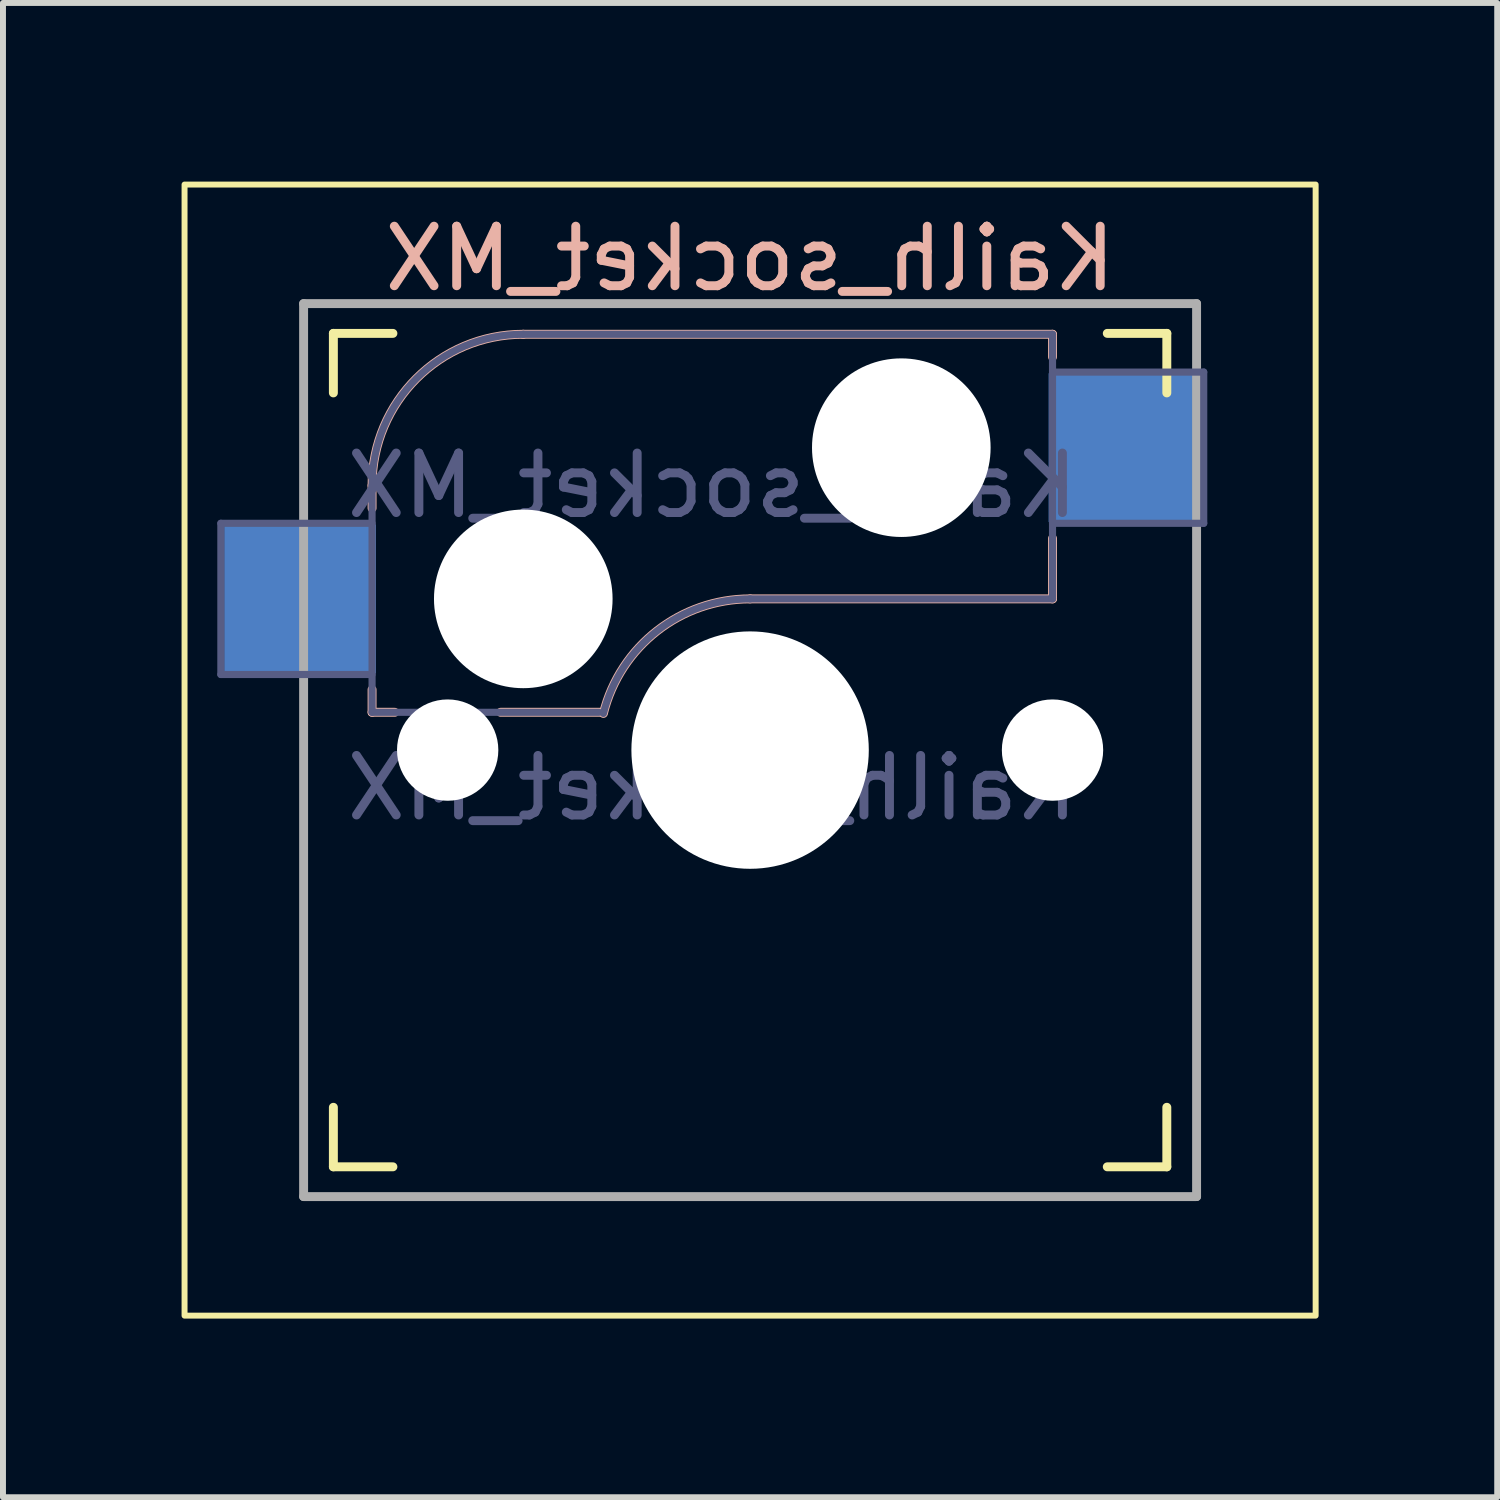
<source format=kicad_pcb>
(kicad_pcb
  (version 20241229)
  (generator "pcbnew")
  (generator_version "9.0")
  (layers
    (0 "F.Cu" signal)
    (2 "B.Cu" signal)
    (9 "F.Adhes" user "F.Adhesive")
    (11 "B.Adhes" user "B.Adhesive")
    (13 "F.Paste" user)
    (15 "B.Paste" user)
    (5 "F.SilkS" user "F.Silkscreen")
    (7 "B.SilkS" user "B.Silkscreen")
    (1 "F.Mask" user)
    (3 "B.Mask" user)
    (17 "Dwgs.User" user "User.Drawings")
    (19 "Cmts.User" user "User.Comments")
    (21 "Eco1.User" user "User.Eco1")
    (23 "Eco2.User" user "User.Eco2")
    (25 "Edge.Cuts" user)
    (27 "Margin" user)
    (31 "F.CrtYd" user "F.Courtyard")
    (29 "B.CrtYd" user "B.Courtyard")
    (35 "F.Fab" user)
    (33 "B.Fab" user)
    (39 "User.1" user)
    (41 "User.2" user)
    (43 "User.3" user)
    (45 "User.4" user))
  (footprint "Kailh_socket_MX"
    (layer "F.Cu")
    (at 9.55 9.55)
    (property "Reference" "Kailh_socket_MX" (at 0 -8.255 0) (layer "B.SilkS") (effects (font (size 1 1) (thickness 0.15)) (justify mirror)))
    (property "Value" "Kailh_socket_MX" (at 0 8.255 0) (layer "F.Fab") (hide yes) (effects (font (size 1 1) (thickness 0.15))))
    (attr smd)
    (fp_line (start -7 -6) (end -7 -7) (stroke (width 0.15) (type solid)) (layer "F.SilkS"))
    (fp_line (start -7 7) (end -7 6) (stroke (width 0.15) (type solid)) (layer "F.SilkS"))
    (fp_line (start -7 7) (end -6 7) (stroke (width 0.15) (type solid)) (layer "F.SilkS"))
    (fp_line (start -6 -7) (end -7 -7) (stroke (width 0.15) (type solid)) (layer "F.SilkS"))
    (fp_line (start 6 7) (end 7 7) (stroke (width 0.15) (type solid)) (layer "F.SilkS"))
    (fp_line (start 7 -7) (end 6 -7) (stroke (width 0.15) (type solid)) (layer "F.SilkS"))
    (fp_line (start 7 -7) (end 7 -6) (stroke (width 0.15) (type solid)) (layer "F.SilkS"))
    (fp_line (start 7 6) (end 7 7) (stroke (width 0.15) (type solid)) (layer "F.SilkS"))
    (fp_rect (start -9.5 -9.5) (end 9.5 9.5) (stroke (width 0.1) (type default)) (fill no) (layer "F.SilkS"))
    (fp_line (start -6.35 -4.445) (end -6.35 -4.064) (stroke (width 0.15) (type solid)) (layer "B.SilkS"))
    (fp_line (start -6.35 -1.016) (end -6.35 -0.635) (stroke (width 0.15) (type solid)) (layer "B.SilkS"))
    (fp_line (start -5.969 -0.635) (end -6.35 -0.635) (stroke (width 0.15) (type solid)) (layer "B.SilkS"))
    (fp_line (start -3.81 -6.985) (end 5.08 -6.985) (stroke (width 0.15) (type solid)) (layer "B.SilkS"))
    (fp_line (start -2.464 -0.635) (end -4.191 -0.635) (stroke (width 0.15) (type solid)) (layer "B.SilkS"))
    (fp_line (start 5.08 -6.985) (end 5.08 -6.604) (stroke (width 0.15) (type solid)) (layer "B.SilkS"))
    (fp_line (start 5.08 -3.556) (end 5.08 -2.54) (stroke (width 0.15) (type solid)) (layer "B.SilkS"))
    (fp_line (start 5.08 -2.54) (end 0 -2.54) (stroke (width 0.15) (type solid)) (layer "B.SilkS"))
    (fp_arc (start -6.35 -4.445) (mid -5.606051 -6.241051) (end -3.81 -6.985) (stroke (width 0.15) (type solid)) (layer "B.SilkS"))
    (fp_arc (start -2.464162 -0.61604) (mid -1.563147 -2.002042) (end 0 -2.54) (stroke (width 0.15) (type solid)) (layer "B.SilkS"))
    (fp_line (start -6.9 6.9) (end -6.9 -6.9) (stroke (width 0.15) (type solid)) (layer "Eco2.User"))
    (fp_line (start -6.9 6.9) (end 6.9 6.9) (stroke (width 0.15) (type solid)) (layer "Eco2.User"))
    (fp_line (start 6.9 -6.9) (end -6.9 -6.9) (stroke (width 0.15) (type solid)) (layer "Eco2.User"))
    (fp_line (start 6.9 -6.9) (end 6.9 6.9) (stroke (width 0.15) (type solid)) (layer "Eco2.User"))
    (fp_line (start -8.89 -3.81) (end -6.35 -3.81) (stroke (width 0.12) (type solid)) (layer "B.Fab"))
    (fp_line (start -8.89 -1.27) (end -8.89 -3.81) (stroke (width 0.12) (type solid)) (layer "B.Fab"))
    (fp_line (start -6.35 -1.27) (end -8.89 -1.27) (stroke (width 0.12) (type solid)) (layer "B.Fab"))
    (fp_line (start -6.35 -0.635) (end -6.35 -4.445) (stroke (width 0.12) (type solid)) (layer "B.Fab"))
    (fp_line (start -6.35 -0.635) (end -2.54 -0.635) (stroke (width 0.12) (type solid)) (layer "B.Fab"))
    (fp_line (start -3.81 -6.985) (end 5.08 -6.985) (stroke (width 0.12) (type solid)) (layer "B.Fab"))
    (fp_line (start 5.08 -6.985) (end 5.08 -2.54) (stroke (width 0.12) (type solid)) (layer "B.Fab"))
    (fp_line (start 5.08 -6.35) (end 7.62 -6.35) (stroke (width 0.12) (type solid)) (layer "B.Fab"))
    (fp_line (start 5.08 -2.54) (end 0 -2.54) (stroke (width 0.12) (type solid)) (layer "B.Fab"))
    (fp_line (start 7.62 -6.35) (end 7.62 -3.81) (stroke (width 0.12) (type solid)) (layer "B.Fab"))
    (fp_line (start 7.62 -3.81) (end 5.08 -3.81) (stroke (width 0.12) (type solid)) (layer "B.Fab"))
    (fp_arc (start -6.35 -4.445) (mid -5.606051 -6.241051) (end -3.81 -6.985) (stroke (width 0.12) (type solid)) (layer "B.Fab"))
    (fp_arc (start -2.464162 -0.61604) (mid -1.563147 -2.002042) (end 0 -2.54) (stroke (width 0.12) (type solid)) (layer "B.Fab"))
    (fp_line (start -7.5 -7.5) (end 7.5 -7.5) (stroke (width 0.15) (type solid)) (layer "F.Fab"))
    (fp_line (start -7.5 7.5) (end -7.5 -7.5) (stroke (width 0.15) (type solid)) (layer "F.Fab"))
    (fp_line (start 7.5 -7.5) (end 7.5 7.5) (stroke (width 0.15) (type solid)) (layer "F.Fab"))
    (fp_line (start 7.5 7.5) (end -7.5 7.5) (stroke (width 0.15) (type solid)) (layer "F.Fab"))
    (fp_text user "${VALUE}" (at -0.635 0.635 0) (layer "B.Fab") (effects (font (size 1 1) (thickness 0.15)) (justify mirror)))
    (fp_text user "${REFERENCE}" (at -0.635 -4.445 0) (layer "B.Fab") (effects (font (size 1 1) (thickness 0.15)) (justify mirror)))
    (pad "" np_thru_hole circle (at -5.08 0) (size 1.702 1.702) (drill 1.702) (layers "*.Cu" "*.Mask"))
    (pad "" np_thru_hole circle (at -3.81 -2.54) (size 3 3) (drill 3) (layers "*.Cu" "*.Mask"))
    (pad "" np_thru_hole circle (at 0 0) (size 3.988 3.988) (drill 3.988) (layers "*.Cu" "*.Mask"))
    (pad "" np_thru_hole circle (at 2.54 -5.08) (size 3 3) (drill 3) (layers "*.Cu" "*.Mask"))
    (pad "" np_thru_hole circle (at 5.08 0) (size 1.702 1.702) (drill 1.702) (layers "*.Cu" "*.Mask"))
    (pad "1" smd rect (at 6.29 -5.08) (size 2.55 2.5) (layers "B.Cu" "B.Mask" "B.Paste"))
    (pad "2" smd rect (at -7.56 -2.54) (size 2.55 2.5) (layers "B.Cu" "B.Mask" "B.Paste")))
  (gr_rect
    (start -3 -3)
    (end 22.1 22.1)
    (stroke (width 0.1) (type default))
    (fill no)
    (layer "Edge.Cuts")))
</source>
